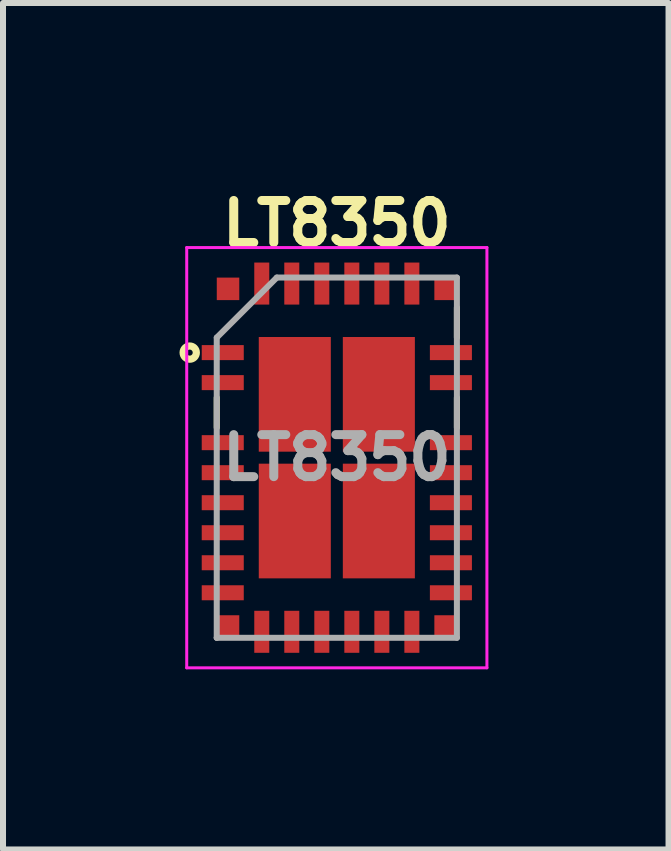
<source format=kicad_pcb>
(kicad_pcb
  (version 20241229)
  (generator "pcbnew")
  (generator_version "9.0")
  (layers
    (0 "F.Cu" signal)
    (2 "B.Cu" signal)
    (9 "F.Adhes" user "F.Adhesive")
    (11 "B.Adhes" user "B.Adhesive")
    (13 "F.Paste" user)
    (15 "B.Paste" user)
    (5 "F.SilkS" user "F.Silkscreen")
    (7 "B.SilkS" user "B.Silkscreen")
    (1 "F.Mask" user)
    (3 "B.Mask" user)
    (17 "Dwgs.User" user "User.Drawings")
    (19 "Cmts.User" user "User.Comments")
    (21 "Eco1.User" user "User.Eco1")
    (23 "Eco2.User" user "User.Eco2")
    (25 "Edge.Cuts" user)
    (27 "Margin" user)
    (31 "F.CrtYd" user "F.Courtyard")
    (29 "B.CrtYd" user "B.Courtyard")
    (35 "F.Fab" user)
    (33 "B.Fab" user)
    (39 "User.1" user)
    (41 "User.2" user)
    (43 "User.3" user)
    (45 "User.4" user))
  (footprint "LT8350"
    (layer "F.Cu")
    (at 2.56 4.573)
    (property "Reference" "LT8350" (at 0 -3.9 0) (unlocked yes) (layer "F.SilkS") (effects (font (size 0.7 0.7) (thickness 0.15))))
    (attr smd)
    (fp_line (start -2 -1) (end -2 -0.5) (stroke (width 0.1) (type solid)) (layer "F.SilkS"))
    (fp_line (start 2 -2.5) (end 2 -2) (stroke (width 0.1) (type solid)) (layer "F.SilkS"))
    (fp_line (start 2 -1) (end 2 -0.5) (stroke (width 0.1) (type solid)) (layer "F.SilkS"))
    (fp_circle (center -2.45 -1.75) (end -2.4 -1.75) (stroke (width 0.12) (type solid)) (fill no) (layer "F.SilkS"))
    (fp_line (start -2.5 -3.5) (end 2.5 -3.5) (stroke (width 0.05) (type solid)) (layer "F.CrtYd"))
    (fp_line (start -2.5 3.5) (end -2.5 -3.5) (stroke (width 0.05) (type solid)) (layer "F.CrtYd"))
    (fp_line (start -2.5 3.5) (end 2.5 3.5) (stroke (width 0.05) (type solid)) (layer "F.CrtYd"))
    (fp_line (start 2.5 3.5) (end 2.5 -3.5) (stroke (width 0.05) (type solid)) (layer "F.CrtYd"))
    (fp_line (start -2 -2) (end -2 3) (stroke (width 0.1) (type solid)) (layer "F.Fab"))
    (fp_line (start -2 3) (end -2 3) (stroke (width 0.1) (type solid)) (layer "F.Fab"))
    (fp_line (start -2 3) (end 2 3) (stroke (width 0.1) (type solid)) (layer "F.Fab"))
    (fp_line (start -1 -3) (end -2 -2) (stroke (width 0.1) (type solid)) (layer "F.Fab"))
    (fp_line (start 2 -3) (end -1 -3) (stroke (width 0.1) (type solid)) (layer "F.Fab"))
    (fp_line (start 2 3) (end 2 -3) (stroke (width 0.1) (type solid)) (layer "F.Fab"))
    (fp_line (start -2 -3) (end 2 -3) (stroke (width 0.1) (type solid)) (layer "User.5"))
    (fp_line (start -2 3) (end -2 -3) (stroke (width 0.1) (type solid)) (layer "User.5"))
    (fp_line (start 2 -3) (end 2 3) (stroke (width 0.1) (type solid)) (layer "User.5"))
    (fp_line (start 2 3) (end -2 3) (stroke (width 0.1) (type solid)) (layer "User.5"))
    (fp_text user "${REFERENCE}" (at 0 0 0) (unlocked yes) (layer "F.Fab") (effects (font (size 0.7 0.7) (thickness 0.15))))
    (pad "2" smd rect (at -1.9 -1.75) (size 0.7 0.25) (layers "F.Cu" "F.Mask" "F.Paste"))
    (pad "3" smd rect (at -1.9 -1.25) (size 0.7 0.25) (layers "F.Cu" "F.Mask" "F.Paste"))
    (pad "5" smd rect (at -1.9 -0.25) (size 0.7 0.25) (layers "F.Cu" "F.Mask" "F.Paste"))
    (pad "6" smd rect (at -1.9 0.25) (size 0.7 0.25) (layers "F.Cu" "F.Mask" "F.Paste"))
    (pad "7" smd rect (at -1.9 0.75) (size 0.7 0.25) (layers "F.Cu" "F.Mask" "F.Paste"))
    (pad "8" smd rect (at -1.9 1.25) (size 0.7 0.25) (layers "F.Cu" "F.Mask" "F.Paste"))
    (pad "9" smd rect (at -1.9 1.75) (size 0.7 0.25) (layers "F.Cu" "F.Mask" "F.Paste"))
    (pad "10" smd rect (at -1.9 2.25) (size 0.7 0.25) (layers "F.Cu" "F.Mask" "F.Paste"))
    (pad "11" smd rect (at -1.25 2.9 90) (size 0.7 0.25) (layers "F.Cu" "F.Mask" "F.Paste"))
    (pad "12" smd rect (at -0.75 2.9 90) (size 0.7 0.25) (layers "F.Cu" "F.Mask" "F.Paste"))
    (pad "13" smd rect (at -0.25 2.9 90) (size 0.7 0.25) (layers "F.Cu" "F.Mask" "F.Paste"))
    (pad "14" smd rect (at 0.25 2.9 90) (size 0.7 0.25) (layers "F.Cu" "F.Mask" "F.Paste"))
    (pad "15" smd rect (at 0.75 2.9 90) (size 0.7 0.25) (layers "F.Cu" "F.Mask" "F.Paste"))
    (pad "16" smd rect (at 1.25 2.9 90) (size 0.7 0.25) (layers "F.Cu" "F.Mask" "F.Paste"))
    (pad "17" smd rect (at 1.9 2.25) (size 0.7 0.25) (layers "F.Cu" "F.Mask" "F.Paste"))
    (pad "18" smd rect (at 1.9 1.75) (size 0.7 0.25) (layers "F.Cu" "F.Mask" "F.Paste"))
    (pad "19" smd rect (at 1.9 1.25) (size 0.7 0.25) (layers "F.Cu" "F.Mask" "F.Paste"))
    (pad "20" smd rect (at 1.9 0.75) (size 0.7 0.25) (layers "F.Cu" "F.Mask" "F.Paste"))
    (pad "21" smd rect (at 1.9 0.25) (size 0.7 0.25) (layers "F.Cu" "F.Mask" "F.Paste"))
    (pad "22" smd rect (at 1.9 -0.25) (size 0.7 0.25) (layers "F.Cu" "F.Mask" "F.Paste"))
    (pad "24" smd rect (at 1.9 -1.25) (size 0.7 0.25) (layers "F.Cu" "F.Mask" "F.Paste"))
    (pad "25" smd rect (at 1.9 -1.75) (size 0.7 0.25) (layers "F.Cu" "F.Mask" "F.Paste"))
    (pad "27" smd rect (at 1.25 -2.9 90) (size 0.7 0.25) (layers "F.Cu" "F.Mask" "F.Paste"))
    (pad "28" smd rect (at 0.75 -2.9 90) (size 0.7 0.25) (layers "F.Cu" "F.Mask" "F.Paste"))
    (pad "29" smd rect (at 0.25 -2.9 90) (size 0.7 0.25) (layers "F.Cu" "F.Mask" "F.Paste"))
    (pad "30" smd rect (at -0.25 -2.9 90) (size 0.7 0.25) (layers "F.Cu" "F.Mask" "F.Paste"))
    (pad "31" smd rect (at -0.75 -2.9 90) (size 0.7 0.25) (layers "F.Cu" "F.Mask" "F.Paste"))
    (pad "32" smd rect (at -1.25 -2.9 90) (size 0.7 0.25) (layers "F.Cu" "F.Mask" "F.Paste"))
    (pad "33" smd rect (at -0.7 -1.055 90) (size 1.91 1.2) (layers "F.Cu" "F.Mask" "F.Paste"))
    (pad "34" smd rect (at 0.7 -1.055 90) (size 1.91 1.2) (layers "F.Cu" "F.Mask" "F.Paste"))
    (pad "35" smd rect (at -0.7 1.055 90) (size 1.91 1.2) (layers "F.Cu" "F.Mask" "F.Paste"))
    (pad "36" smd rect (at 0.7 1.055 90) (size 1.91 1.2) (layers "F.Cu" "F.Mask" "F.Paste"))
    (pad "MP" smd rect (at -1.812 -2.812 90) (size 0.375 0.375) (layers "F.Cu" "F.Mask" "F.Paste"))
    (pad "MP" smd rect (at -1.812 2.812 90) (size 0.375 0.375) (layers "F.Cu" "F.Mask" "F.Paste"))
    (pad "MP" smd rect (at 1.812 -2.812 90) (size 0.375 0.375) (layers "F.Cu" "F.Mask" "F.Paste"))
    (pad "MP" smd rect (at 1.812 2.812 90) (size 0.375 0.375) (layers "F.Cu" "F.Mask" "F.Paste")))
  (gr_rect
    (start -3 -3)
    (end 8.085 11.098)
    (stroke (width 0.1) (type default))
    (fill no)
    (layer "Edge.Cuts")))
</source>
